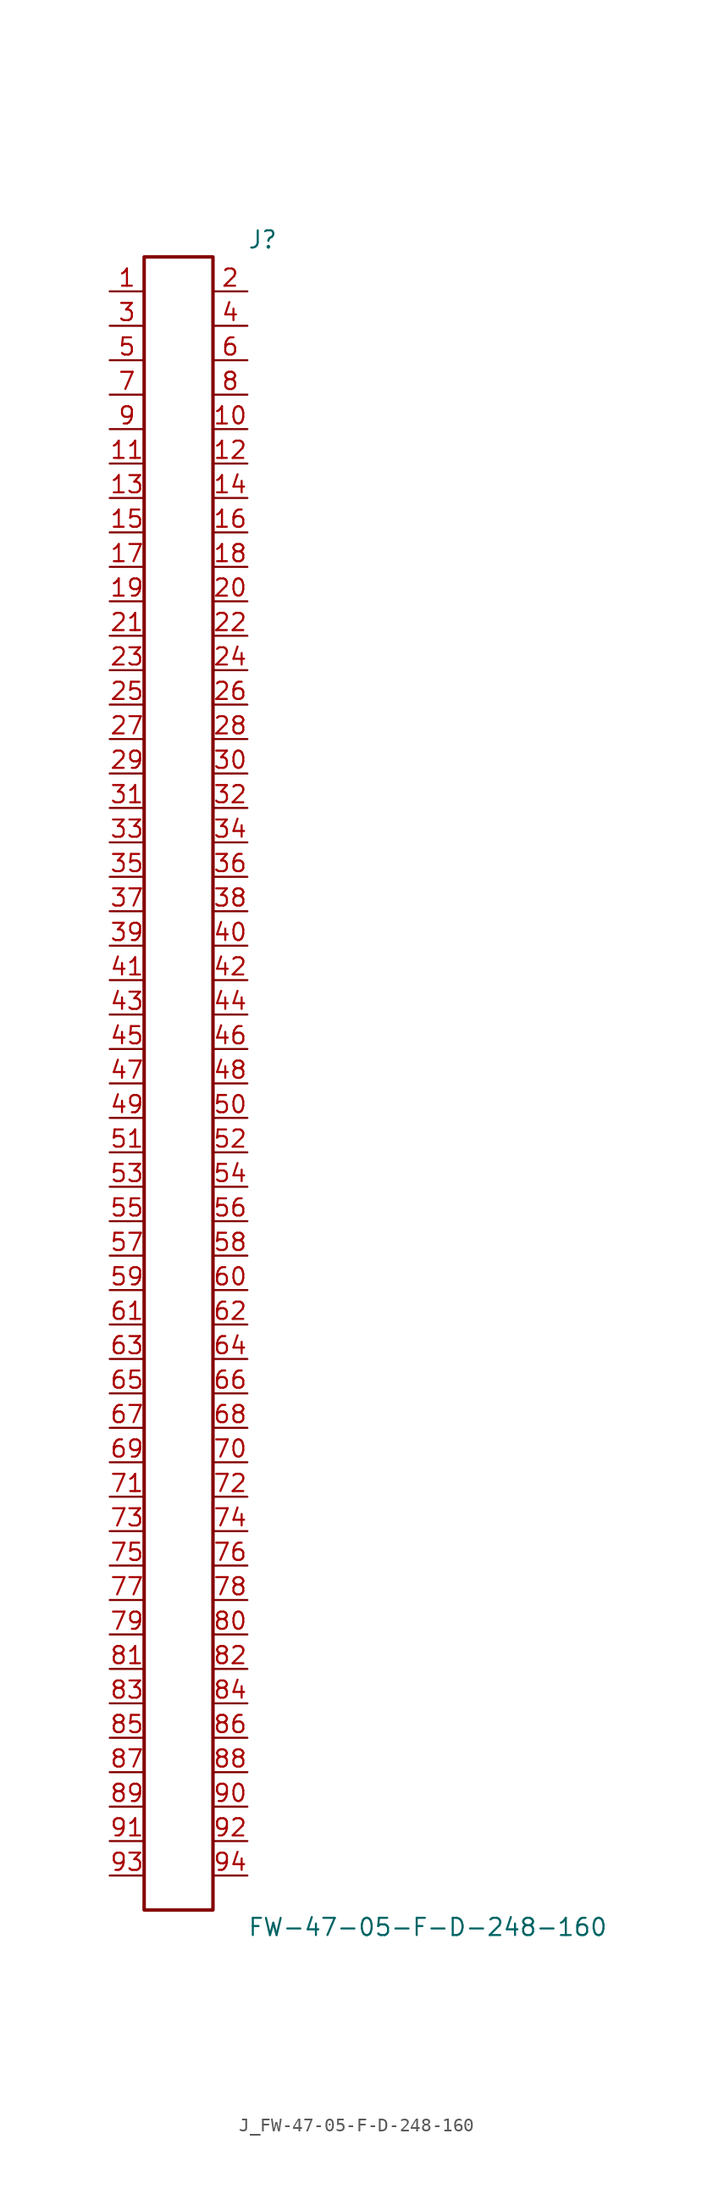
<source format=kicad_sym>
(kicad_symbol_lib
  (version 20231120)
  (generator kicad_symbol_editor)
  (generator_version 8.0)
  (symbol "J_FW-47-05-F-D-248-160"
    (pin_names
      (offset 0.254))
    (property "Reference" "J"
      (at 5.08 62.23 0)
      (effects (font (size 1.27 1.27)) (justify left)))
    (property "Value" "FW-47-05-F-D-248-160"
      (at 5.08 -62.23 0)
      (effects (font (size 1.27 1.27)) (justify left)))
    (symbol "J_FW-47-05-F-D-248-160_0_0"
      (pin passive line (at -5.08 58.42 0) (length 2.54) (name "" (effects (font (size 1.27 1.27)))) (number "1" (effects (font (size 1.27 1.27)))))
      (pin passive line (at 5.08 58.42 180) (length 2.54) (name "" (effects (font (size 1.27 1.27)))) (number "2" (effects (font (size 1.27 1.27)))))
      (pin passive line (at -5.08 55.88 0) (length 2.54) (name "" (effects (font (size 1.27 1.27)))) (number "3" (effects (font (size 1.27 1.27)))))
      (pin passive line (at 5.08 55.88 180) (length 2.54) (name "" (effects (font (size 1.27 1.27)))) (number "4" (effects (font (size 1.27 1.27)))))
      (pin passive line (at -5.08 53.34 0) (length 2.54) (name "" (effects (font (size 1.27 1.27)))) (number "5" (effects (font (size 1.27 1.27)))))
      (pin passive line (at 5.08 53.34 180) (length 2.54) (name "" (effects (font (size 1.27 1.27)))) (number "6" (effects (font (size 1.27 1.27)))))
      (pin passive line (at -5.08 50.8 0) (length 2.54) (name "" (effects (font (size 1.27 1.27)))) (number "7" (effects (font (size 1.27 1.27)))))
      (pin passive line (at 5.08 50.8 180) (length 2.54) (name "" (effects (font (size 1.27 1.27)))) (number "8" (effects (font (size 1.27 1.27)))))
      (pin passive line (at -5.08 48.26 0) (length 2.54) (name "" (effects (font (size 1.27 1.27)))) (number "9" (effects (font (size 1.27 1.27)))))
      (pin passive line (at 5.08 48.26 180) (length 2.54) (name "" (effects (font (size 1.27 1.27)))) (number "10" (effects (font (size 1.27 1.27)))))
      (pin passive line (at -5.08 45.72 0) (length 2.54) (name "" (effects (font (size 1.27 1.27)))) (number "11" (effects (font (size 1.27 1.27)))))
      (pin passive line (at 5.08 45.72 180) (length 2.54) (name "" (effects (font (size 1.27 1.27)))) (number "12" (effects (font (size 1.27 1.27)))))
      (pin passive line (at -5.08 43.18 0) (length 2.54) (name "" (effects (font (size 1.27 1.27)))) (number "13" (effects (font (size 1.27 1.27)))))
      (pin passive line (at 5.08 43.18 180) (length 2.54) (name "" (effects (font (size 1.27 1.27)))) (number "14" (effects (font (size 1.27 1.27)))))
      (pin passive line (at -5.08 40.64 0) (length 2.54) (name "" (effects (font (size 1.27 1.27)))) (number "15" (effects (font (size 1.27 1.27)))))
      (pin passive line (at 5.08 40.64 180) (length 2.54) (name "" (effects (font (size 1.27 1.27)))) (number "16" (effects (font (size 1.27 1.27)))))
      (pin passive line (at -5.08 38.1 0) (length 2.54) (name "" (effects (font (size 1.27 1.27)))) (number "17" (effects (font (size 1.27 1.27)))))
      (pin passive line (at 5.08 38.1 180) (length 2.54) (name "" (effects (font (size 1.27 1.27)))) (number "18" (effects (font (size 1.27 1.27)))))
      (pin passive line (at -5.08 35.56 0) (length 2.54) (name "" (effects (font (size 1.27 1.27)))) (number "19" (effects (font (size 1.27 1.27)))))
      (pin passive line (at 5.08 35.56 180) (length 2.54) (name "" (effects (font (size 1.27 1.27)))) (number "20" (effects (font (size 1.27 1.27)))))
      (pin passive line (at -5.08 33.02 0) (length 2.54) (name "" (effects (font (size 1.27 1.27)))) (number "21" (effects (font (size 1.27 1.27)))))
      (pin passive line (at 5.08 33.02 180) (length 2.54) (name "" (effects (font (size 1.27 1.27)))) (number "22" (effects (font (size 1.27 1.27)))))
      (pin passive line (at -5.08 30.48 0) (length 2.54) (name "" (effects (font (size 1.27 1.27)))) (number "23" (effects (font (size 1.27 1.27)))))
      (pin passive line (at 5.08 30.48 180) (length 2.54) (name "" (effects (font (size 1.27 1.27)))) (number "24" (effects (font (size 1.27 1.27)))))
      (pin passive line (at -5.08 27.94 0) (length 2.54) (name "" (effects (font (size 1.27 1.27)))) (number "25" (effects (font (size 1.27 1.27)))))
      (pin passive line (at 5.08 27.94 180) (length 2.54) (name "" (effects (font (size 1.27 1.27)))) (number "26" (effects (font (size 1.27 1.27)))))
      (pin passive line (at -5.08 25.4 0) (length 2.54) (name "" (effects (font (size 1.27 1.27)))) (number "27" (effects (font (size 1.27 1.27)))))
      (pin passive line (at 5.08 25.4 180) (length 2.54) (name "" (effects (font (size 1.27 1.27)))) (number "28" (effects (font (size 1.27 1.27)))))
      (pin passive line (at -5.08 22.86 0) (length 2.54) (name "" (effects (font (size 1.27 1.27)))) (number "29" (effects (font (size 1.27 1.27)))))
      (pin passive line (at 5.08 22.86 180) (length 2.54) (name "" (effects (font (size 1.27 1.27)))) (number "30" (effects (font (size 1.27 1.27)))))
      (pin passive line (at -5.08 20.32 0) (length 2.54) (name "" (effects (font (size 1.27 1.27)))) (number "31" (effects (font (size 1.27 1.27)))))
      (pin passive line (at 5.08 20.32 180) (length 2.54) (name "" (effects (font (size 1.27 1.27)))) (number "32" (effects (font (size 1.27 1.27)))))
      (pin passive line (at -5.08 17.78 0) (length 2.54) (name "" (effects (font (size 1.27 1.27)))) (number "33" (effects (font (size 1.27 1.27)))))
      (pin passive line (at 5.08 17.78 180) (length 2.54) (name "" (effects (font (size 1.27 1.27)))) (number "34" (effects (font (size 1.27 1.27)))))
      (pin passive line (at -5.08 15.24 0) (length 2.54) (name "" (effects (font (size 1.27 1.27)))) (number "35" (effects (font (size 1.27 1.27)))))
      (pin passive line (at 5.08 15.24 180) (length 2.54) (name "" (effects (font (size 1.27 1.27)))) (number "36" (effects (font (size 1.27 1.27)))))
      (pin passive line (at -5.08 12.7 0) (length 2.54) (name "" (effects (font (size 1.27 1.27)))) (number "37" (effects (font (size 1.27 1.27)))))
      (pin passive line (at 5.08 12.7 180) (length 2.54) (name "" (effects (font (size 1.27 1.27)))) (number "38" (effects (font (size 1.27 1.27)))))
      (pin passive line (at -5.08 10.16 0) (length 2.54) (name "" (effects (font (size 1.27 1.27)))) (number "39" (effects (font (size 1.27 1.27)))))
      (pin passive line (at 5.08 10.16 180) (length 2.54) (name "" (effects (font (size 1.27 1.27)))) (number "40" (effects (font (size 1.27 1.27)))))
      (pin passive line (at -5.08 7.62 0) (length 2.54) (name "" (effects (font (size 1.27 1.27)))) (number "41" (effects (font (size 1.27 1.27)))))
      (pin passive line (at 5.08 7.62 180) (length 2.54) (name "" (effects (font (size 1.27 1.27)))) (number "42" (effects (font (size 1.27 1.27)))))
      (pin passive line (at -5.08 5.08 0) (length 2.54) (name "" (effects (font (size 1.27 1.27)))) (number "43" (effects (font (size 1.27 1.27)))))
      (pin passive line (at 5.08 5.08 180) (length 2.54) (name "" (effects (font (size 1.27 1.27)))) (number "44" (effects (font (size 1.27 1.27)))))
      (pin passive line (at -5.08 2.54 0) (length 2.54) (name "" (effects (font (size 1.27 1.27)))) (number "45" (effects (font (size 1.27 1.27)))))
      (pin passive line (at 5.08 2.54 180) (length 2.54) (name "" (effects (font (size 1.27 1.27)))) (number "46" (effects (font (size 1.27 1.27)))))
      (pin passive line (at -5.08 0.0 0) (length 2.54) (name "" (effects (font (size 1.27 1.27)))) (number "47" (effects (font (size 1.27 1.27)))))
      (pin passive line (at 5.08 0.0 180) (length 2.54) (name "" (effects (font (size 1.27 1.27)))) (number "48" (effects (font (size 1.27 1.27)))))
      (pin passive line (at -5.08 -2.54 0) (length 2.54) (name "" (effects (font (size 1.27 1.27)))) (number "49" (effects (font (size 1.27 1.27)))))
      (pin passive line (at 5.08 -2.54 180) (length 2.54) (name "" (effects (font (size 1.27 1.27)))) (number "50" (effects (font (size 1.27 1.27)))))
      (pin passive line (at -5.08 -5.08 0) (length 2.54) (name "" (effects (font (size 1.27 1.27)))) (number "51" (effects (font (size 1.27 1.27)))))
      (pin passive line (at 5.08 -5.08 180) (length 2.54) (name "" (effects (font (size 1.27 1.27)))) (number "52" (effects (font (size 1.27 1.27)))))
      (pin passive line (at -5.08 -7.62 0) (length 2.54) (name "" (effects (font (size 1.27 1.27)))) (number "53" (effects (font (size 1.27 1.27)))))
      (pin passive line (at 5.08 -7.62 180) (length 2.54) (name "" (effects (font (size 1.27 1.27)))) (number "54" (effects (font (size 1.27 1.27)))))
      (pin passive line (at -5.08 -10.16 0) (length 2.54) (name "" (effects (font (size 1.27 1.27)))) (number "55" (effects (font (size 1.27 1.27)))))
      (pin passive line (at 5.08 -10.16 180) (length 2.54) (name "" (effects (font (size 1.27 1.27)))) (number "56" (effects (font (size 1.27 1.27)))))
      (pin passive line (at -5.08 -12.7 0) (length 2.54) (name "" (effects (font (size 1.27 1.27)))) (number "57" (effects (font (size 1.27 1.27)))))
      (pin passive line (at 5.08 -12.7 180) (length 2.54) (name "" (effects (font (size 1.27 1.27)))) (number "58" (effects (font (size 1.27 1.27)))))
      (pin passive line (at -5.08 -15.24 0) (length 2.54) (name "" (effects (font (size 1.27 1.27)))) (number "59" (effects (font (size 1.27 1.27)))))
      (pin passive line (at 5.08 -15.24 180) (length 2.54) (name "" (effects (font (size 1.27 1.27)))) (number "60" (effects (font (size 1.27 1.27)))))
      (pin passive line (at -5.08 -17.78 0) (length 2.54) (name "" (effects (font (size 1.27 1.27)))) (number "61" (effects (font (size 1.27 1.27)))))
      (pin passive line (at 5.08 -17.78 180) (length 2.54) (name "" (effects (font (size 1.27 1.27)))) (number "62" (effects (font (size 1.27 1.27)))))
      (pin passive line (at -5.08 -20.32 0) (length 2.54) (name "" (effects (font (size 1.27 1.27)))) (number "63" (effects (font (size 1.27 1.27)))))
      (pin passive line (at 5.08 -20.32 180) (length 2.54) (name "" (effects (font (size 1.27 1.27)))) (number "64" (effects (font (size 1.27 1.27)))))
      (pin passive line (at -5.08 -22.86 0) (length 2.54) (name "" (effects (font (size 1.27 1.27)))) (number "65" (effects (font (size 1.27 1.27)))))
      (pin passive line (at 5.08 -22.86 180) (length 2.54) (name "" (effects (font (size 1.27 1.27)))) (number "66" (effects (font (size 1.27 1.27)))))
      (pin passive line (at -5.08 -25.4 0) (length 2.54) (name "" (effects (font (size 1.27 1.27)))) (number "67" (effects (font (size 1.27 1.27)))))
      (pin passive line (at 5.08 -25.4 180) (length 2.54) (name "" (effects (font (size 1.27 1.27)))) (number "68" (effects (font (size 1.27 1.27)))))
      (pin passive line (at -5.08 -27.94 0) (length 2.54) (name "" (effects (font (size 1.27 1.27)))) (number "69" (effects (font (size 1.27 1.27)))))
      (pin passive line (at 5.08 -27.94 180) (length 2.54) (name "" (effects (font (size 1.27 1.27)))) (number "70" (effects (font (size 1.27 1.27)))))
      (pin passive line (at -5.08 -30.48 0) (length 2.54) (name "" (effects (font (size 1.27 1.27)))) (number "71" (effects (font (size 1.27 1.27)))))
      (pin passive line (at 5.08 -30.48 180) (length 2.54) (name "" (effects (font (size 1.27 1.27)))) (number "72" (effects (font (size 1.27 1.27)))))
      (pin passive line (at -5.08 -33.02 0) (length 2.54) (name "" (effects (font (size 1.27 1.27)))) (number "73" (effects (font (size 1.27 1.27)))))
      (pin passive line (at 5.08 -33.02 180) (length 2.54) (name "" (effects (font (size 1.27 1.27)))) (number "74" (effects (font (size 1.27 1.27)))))
      (pin passive line (at -5.08 -35.56 0) (length 2.54) (name "" (effects (font (size 1.27 1.27)))) (number "75" (effects (font (size 1.27 1.27)))))
      (pin passive line (at 5.08 -35.56 180) (length 2.54) (name "" (effects (font (size 1.27 1.27)))) (number "76" (effects (font (size 1.27 1.27)))))
      (pin passive line (at -5.08 -38.1 0) (length 2.54) (name "" (effects (font (size 1.27 1.27)))) (number "77" (effects (font (size 1.27 1.27)))))
      (pin passive line (at 5.08 -38.1 180) (length 2.54) (name "" (effects (font (size 1.27 1.27)))) (number "78" (effects (font (size 1.27 1.27)))))
      (pin passive line (at -5.08 -40.64 0) (length 2.54) (name "" (effects (font (size 1.27 1.27)))) (number "79" (effects (font (size 1.27 1.27)))))
      (pin passive line (at 5.08 -40.64 180) (length 2.54) (name "" (effects (font (size 1.27 1.27)))) (number "80" (effects (font (size 1.27 1.27)))))
      (pin passive line (at -5.08 -43.18 0) (length 2.54) (name "" (effects (font (size 1.27 1.27)))) (number "81" (effects (font (size 1.27 1.27)))))
      (pin passive line (at 5.08 -43.18 180) (length 2.54) (name "" (effects (font (size 1.27 1.27)))) (number "82" (effects (font (size 1.27 1.27)))))
      (pin passive line (at -5.08 -45.72 0) (length 2.54) (name "" (effects (font (size 1.27 1.27)))) (number "83" (effects (font (size 1.27 1.27)))))
      (pin passive line (at 5.08 -45.72 180) (length 2.54) (name "" (effects (font (size 1.27 1.27)))) (number "84" (effects (font (size 1.27 1.27)))))
      (pin passive line (at -5.08 -48.26 0) (length 2.54) (name "" (effects (font (size 1.27 1.27)))) (number "85" (effects (font (size 1.27 1.27)))))
      (pin passive line (at 5.08 -48.26 180) (length 2.54) (name "" (effects (font (size 1.27 1.27)))) (number "86" (effects (font (size 1.27 1.27)))))
      (pin passive line (at -5.08 -50.8 0) (length 2.54) (name "" (effects (font (size 1.27 1.27)))) (number "87" (effects (font (size 1.27 1.27)))))
      (pin passive line (at 5.08 -50.8 180) (length 2.54) (name "" (effects (font (size 1.27 1.27)))) (number "88" (effects (font (size 1.27 1.27)))))
      (pin passive line (at -5.08 -53.34 0) (length 2.54) (name "" (effects (font (size 1.27 1.27)))) (number "89" (effects (font (size 1.27 1.27)))))
      (pin passive line (at 5.08 -53.34 180) (length 2.54) (name "" (effects (font (size 1.27 1.27)))) (number "90" (effects (font (size 1.27 1.27)))))
      (pin passive line (at -5.08 -55.88 0) (length 2.54) (name "" (effects (font (size 1.27 1.27)))) (number "91" (effects (font (size 1.27 1.27)))))
      (pin passive line (at 5.08 -55.88 180) (length 2.54) (name "" (effects (font (size 1.27 1.27)))) (number "92" (effects (font (size 1.27 1.27)))))
      (pin passive line (at -5.08 -58.42 0) (length 2.54) (name "" (effects (font (size 1.27 1.27)))) (number "93" (effects (font (size 1.27 1.27)))))
      (pin passive line (at 5.08 -58.42 180) (length 2.54) (name "" (effects (font (size 1.27 1.27)))) (number "94" (effects (font (size 1.27 1.27))))))
    (symbol "J_FW-47-05-F-D-248-160_1_0"
      (rectangle (start -2.54 60.96) (end 2.54 -60.96) (stroke (width 0.254) (type solid)) (fill (type none))))))
</source>
